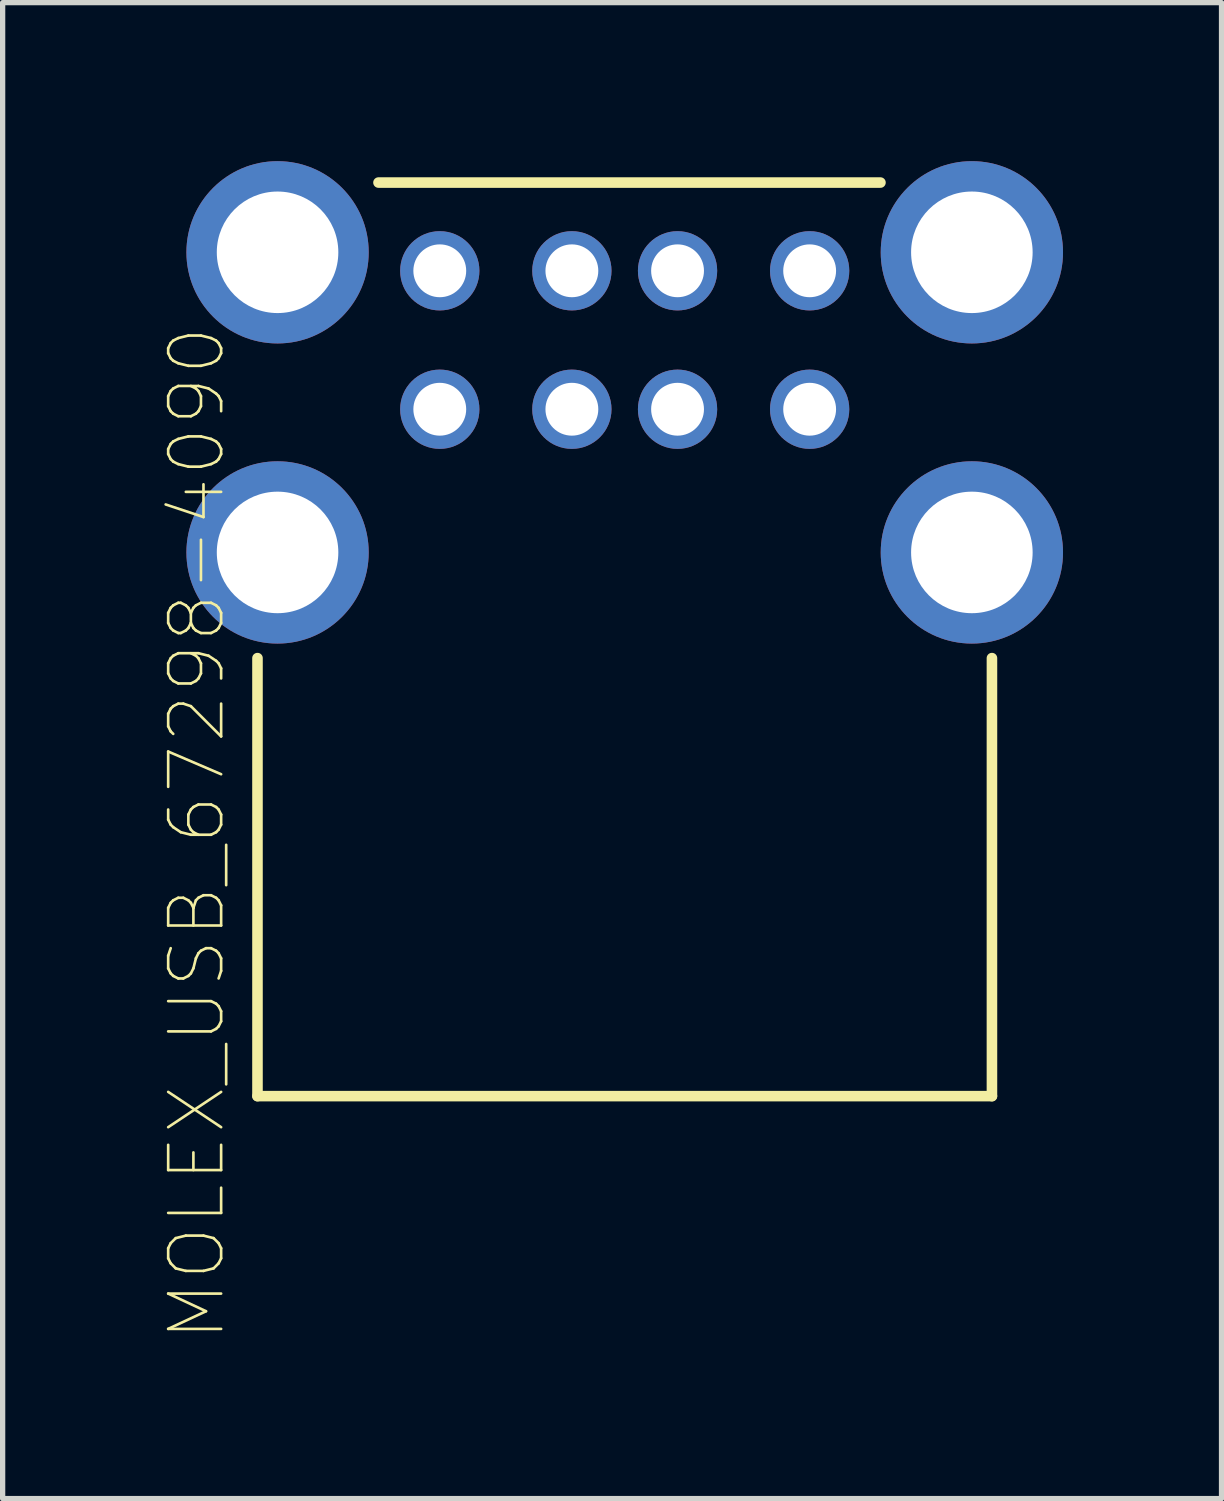
<source format=kicad_pcb>
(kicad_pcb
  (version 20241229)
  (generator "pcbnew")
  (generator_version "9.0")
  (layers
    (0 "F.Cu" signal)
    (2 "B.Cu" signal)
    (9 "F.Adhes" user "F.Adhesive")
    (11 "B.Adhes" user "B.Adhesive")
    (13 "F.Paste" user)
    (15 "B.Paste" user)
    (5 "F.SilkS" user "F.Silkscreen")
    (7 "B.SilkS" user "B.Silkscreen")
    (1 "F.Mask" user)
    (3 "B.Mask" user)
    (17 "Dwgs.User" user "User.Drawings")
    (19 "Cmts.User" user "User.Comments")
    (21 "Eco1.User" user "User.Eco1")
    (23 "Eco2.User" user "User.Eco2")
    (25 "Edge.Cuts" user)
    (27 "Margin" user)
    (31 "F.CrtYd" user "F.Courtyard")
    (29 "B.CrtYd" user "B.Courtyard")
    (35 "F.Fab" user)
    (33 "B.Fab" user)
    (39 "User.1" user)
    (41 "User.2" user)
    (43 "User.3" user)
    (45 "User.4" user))
  (footprint "MOLEX_USB_67298-4090"
    (layer "F.Cu")
    (at 8.773 7.405)
    (property "Reference" "MOLEX_USB_67298-4090" (at -8.099 5.319 270) (layer "F.SilkS") (effects (font (size 1.002 1.002) (thickness 0.05))))
    (attr through_hole)
    (fp_line (start -6.95 10.29) (end -6.95 2) (stroke (width 0.2) (type solid)) (layer "F.SilkS"))
    (fp_line (start -6.95 10.29) (end 6.95 10.29) (stroke (width 0.2) (type solid)) (layer "F.SilkS"))
    (fp_line (start -4.66 -7) (end 4.84 -7) (stroke (width 0.2) (type solid)) (layer "F.SilkS"))
    (fp_line (start 6.95 2) (end 6.95 10.29) (stroke (width 0.2) (type solid)) (layer "F.SilkS"))
    (fp_line (start -7.8 -7.25) (end 7.8 -7.25) (stroke (width 0.05) (type solid)) (layer "Eco1.User"))
    (fp_line (start -7.8 -4.5) (end -7.8 -7.25) (stroke (width 0.05) (type solid)) (layer "Eco1.User"))
    (fp_line (start -7.8 -1.25) (end -7.2 -1.25) (stroke (width 0.05) (type solid)) (layer "Eco1.User"))
    (fp_line (start -7.8 1.25) (end -7.8 -1.25) (stroke (width 0.05) (type solid)) (layer "Eco1.User"))
    (fp_line (start -7.2 -4.5) (end -7.8 -4.5) (stroke (width 0.05) (type solid)) (layer "Eco1.User"))
    (fp_line (start -7.2 -1.25) (end -7.2 -4.5) (stroke (width 0.05) (type solid)) (layer "Eco1.User"))
    (fp_line (start -7.2 1.25) (end -7.8 1.25) (stroke (width 0.05) (type solid)) (layer "Eco1.User"))
    (fp_line (start -7.2 10.45) (end -7.2 1.25) (stroke (width 0.05) (type solid)) (layer "Eco1.User"))
    (fp_line (start 7.2 -4.5) (end 7.2 -1.25) (stroke (width 0.05) (type solid)) (layer "Eco1.User"))
    (fp_line (start 7.2 -1.25) (end 7.8 -1.25) (stroke (width 0.05) (type solid)) (layer "Eco1.User"))
    (fp_line (start 7.2 1.25) (end 7.2 10.45) (stroke (width 0.05) (type solid)) (layer "Eco1.User"))
    (fp_line (start 7.2 10.45) (end -7.2 10.45) (stroke (width 0.05) (type solid)) (layer "Eco1.User"))
    (fp_line (start 7.8 -7.25) (end 7.8 -4.5) (stroke (width 0.05) (type solid)) (layer "Eco1.User"))
    (fp_line (start 7.8 -4.5) (end 7.2 -4.5) (stroke (width 0.05) (type solid)) (layer "Eco1.User"))
    (fp_line (start 7.8 -1.25) (end 7.8 1.25) (stroke (width 0.05) (type solid)) (layer "Eco1.User"))
    (fp_line (start 7.8 1.25) (end 7.2 1.25) (stroke (width 0.05) (type solid)) (layer "Eco1.User"))
    (pad "1" thru_hole circle (at -3.5 -5.33) (size 1.5 1.5) (drill 1) (layers "*.Cu" "*.Mask"))
    (pad "2" thru_hole circle (at -1 -5.33) (size 1.5 1.5) (drill 1) (layers "*.Cu" "*.Mask"))
    (pad "3" thru_hole circle (at 1 -5.33) (size 1.5 1.5) (drill 1) (layers "*.Cu" "*.Mask"))
    (pad "4" thru_hole circle (at 3.5 -5.33) (size 1.5 1.5) (drill 1) (layers "*.Cu" "*.Mask"))
    (pad "5" thru_hole circle (at -3.5 -2.71) (size 1.5 1.5) (drill 1) (layers "*.Cu" "*.Mask"))
    (pad "6" thru_hole circle (at -1 -2.71) (size 1.5 1.5) (drill 1) (layers "*.Cu" "*.Mask"))
    (pad "7" thru_hole circle (at 1 -2.71) (size 1.5 1.5) (drill 1) (layers "*.Cu" "*.Mask"))
    (pad "8" thru_hole circle (at 3.5 -2.71) (size 1.5 1.5) (drill 1) (layers "*.Cu" "*.Mask"))
    (pad "MT1" thru_hole circle (at -6.57 0) (size 3.45 3.45) (drill 2.3) (layers "*.Cu" "*.Mask"))
    (pad "MT2" thru_hole circle (at 6.57 0) (size 3.45 3.45) (drill 2.3) (layers "*.Cu" "*.Mask"))
    (pad "MT3" thru_hole circle (at -6.57 -5.68) (size 3.45 3.45) (drill 2.3) (layers "*.Cu" "*.Mask"))
    (pad "MT4" thru_hole circle (at 6.57 -5.68) (size 3.45 3.45) (drill 2.3) (layers "*.Cu" "*.Mask")))
  (gr_rect
    (start -3 -3)
    (end 20.068 25.311)
    (stroke (width 0.1) (type default))
    (fill no)
    (layer "Edge.Cuts")))
</source>
